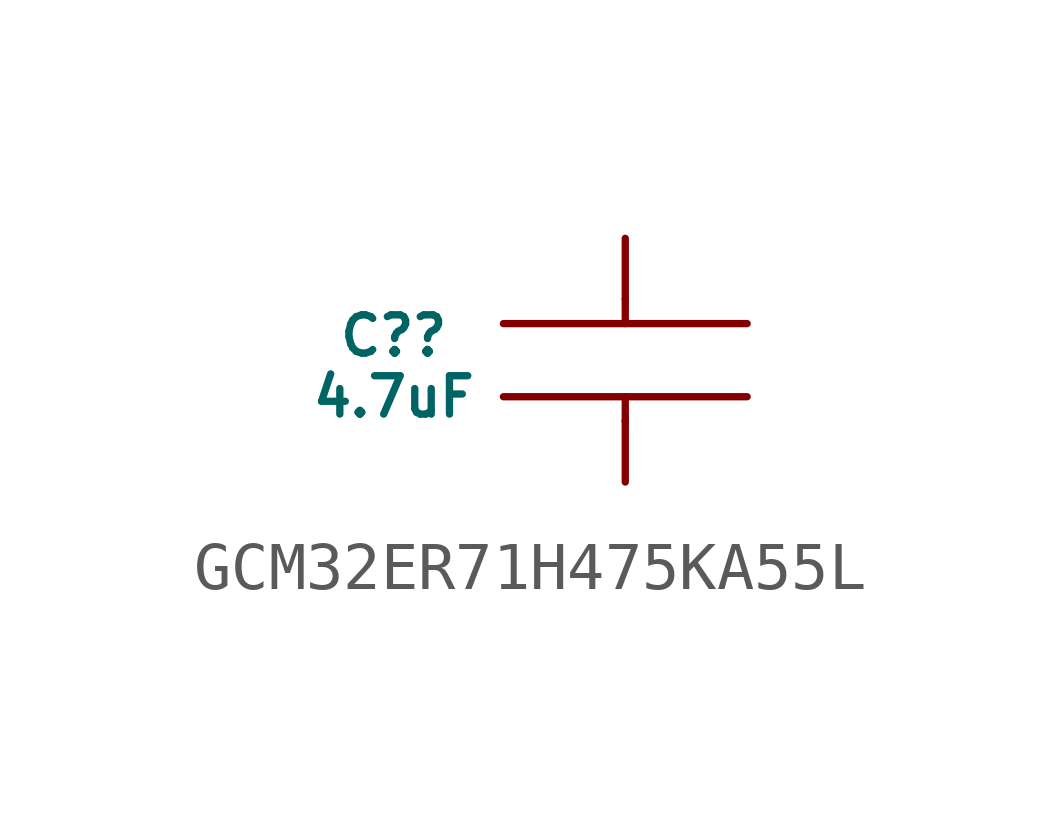
<source format=kicad_sym>
(kicad_symbol_lib
  (version 20231120)
  (generator "kicad_symbol_editor")
  (generator_version "8.0")
  (symbol "GCM32ER71H475KA55L"
    (pin_numbers hide)
    (pin_names hide)
    (property "Reference" "C?"
      (at -4.826 0.508 0)
      (do_not_autoplace)
      (effects (font (size 0.8 0.8))))
    (property "Value" "4.7uF"
      (at -4.826 -0.762 0)
      (do_not_autoplace)
      (effects (font (size 0.8 0.8))))
    (symbol "GCM32ER71H475KA55L_0_1"
      (polyline (pts (xy 0 -1.27) (xy 0 -1.27)) (stroke (width 0) (type default)) (fill (type none)))
      (polyline (pts (xy 0 -1.27) (xy 0 -0.762)) (stroke (width 0) (type default)) (fill (type none)))
      (polyline (pts (xy 0 0.762) (xy 0 1.27)) (stroke (width 0) (type default)) (fill (type none))))
    (symbol "GCM32ER71H475KA55L_1_0"
      (pin passive line (at 0 -2.54 90) (length 1.27) (name "" (effects (font (size 0.8 0.8)))) (number "1" (effects (font (size 0.8 0.8)))))
      (pin passive line (at 0 2.54 270) (length 1.27) (name "" (effects (font (size 0.8 0.8)))) (number "2" (effects (font (size 0.8 0.8))))))
    (symbol "GCM32ER71H475KA55L_1_1"
      (polyline (pts (xy -2.54 -0.762) (xy 2.54 -0.762)) (stroke (width 0) (type solid)) (fill (type none)))
      (polyline (pts (xy -2.54 0.762) (xy 2.54 0.762)) (stroke (width 0) (type solid)) (fill (type none))))))
</source>
